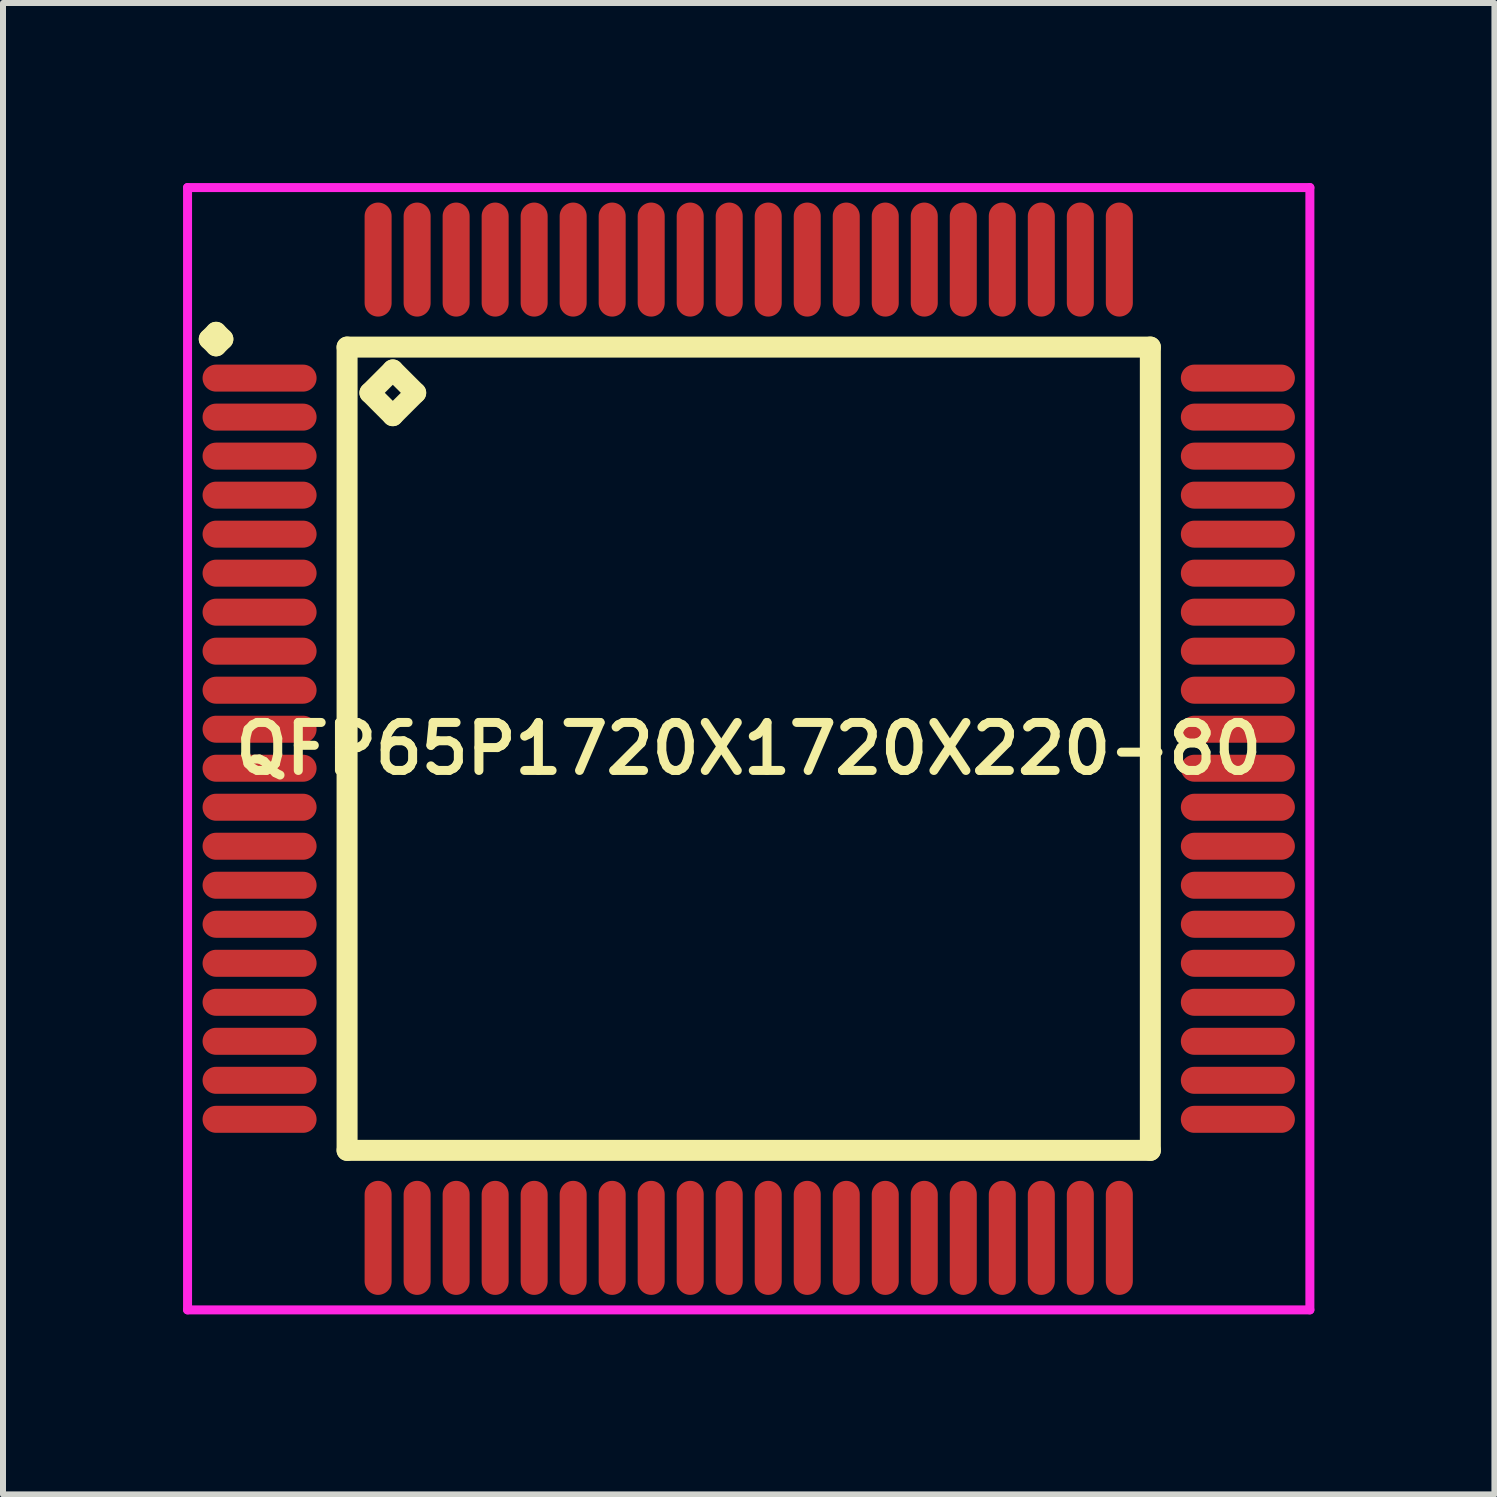
<source format=kicad_pcb>
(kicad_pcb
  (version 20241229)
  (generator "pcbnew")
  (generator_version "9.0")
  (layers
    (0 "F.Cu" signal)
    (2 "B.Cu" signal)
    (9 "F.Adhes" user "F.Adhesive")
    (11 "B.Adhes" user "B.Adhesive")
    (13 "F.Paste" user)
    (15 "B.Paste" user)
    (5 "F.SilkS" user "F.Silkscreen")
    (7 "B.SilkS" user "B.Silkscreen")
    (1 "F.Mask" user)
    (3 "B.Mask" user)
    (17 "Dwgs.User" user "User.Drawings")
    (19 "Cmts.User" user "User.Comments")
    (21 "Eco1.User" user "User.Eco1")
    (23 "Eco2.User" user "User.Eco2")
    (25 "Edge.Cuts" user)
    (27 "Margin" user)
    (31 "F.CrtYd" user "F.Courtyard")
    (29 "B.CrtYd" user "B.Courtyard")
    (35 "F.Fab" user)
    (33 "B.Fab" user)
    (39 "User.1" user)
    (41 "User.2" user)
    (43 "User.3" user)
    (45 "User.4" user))
  (footprint "QFP65P1720X1720X220-80"
    (layer "F.Cu")
    (at 9.425 9.425)
    (property "Reference" "QFP65P1720X1720X220-80" (at 0 0 0) (layer "F.SilkS") (effects (font (size 0.8 0.8) (thickness 0.15))))
    (attr through_hole)
    (fp_line (start -8.988 -6.825) (end -8.875 -6.938) (stroke (width 0.35) (type solid)) (layer "F.SilkS"))
    (fp_line (start -8.875 -6.938) (end -8.762 -6.825) (stroke (width 0.35) (type solid)) (layer "F.SilkS"))
    (fp_line (start -8.875 -6.713) (end -8.988 -6.825) (stroke (width 0.35) (type solid)) (layer "F.SilkS"))
    (fp_line (start -8.762 -6.825) (end -8.875 -6.713) (stroke (width 0.35) (type solid)) (layer "F.SilkS"))
    (fp_line (start -6.692 -6.692) (end -6.692 6.692) (stroke (width 0.35) (type solid)) (layer "F.SilkS"))
    (fp_line (start -6.692 6.692) (end 6.692 6.692) (stroke (width 0.35) (type solid)) (layer "F.SilkS"))
    (fp_line (start -6.311 -5.93) (end -5.93 -6.311) (stroke (width 0.35) (type solid)) (layer "F.SilkS"))
    (fp_line (start -5.93 -6.311) (end -5.549 -5.93) (stroke (width 0.35) (type solid)) (layer "F.SilkS"))
    (fp_line (start -5.93 -5.549) (end -6.311 -5.93) (stroke (width 0.35) (type solid)) (layer "F.SilkS"))
    (fp_line (start -5.549 -5.93) (end -5.93 -5.549) (stroke (width 0.35) (type solid)) (layer "F.SilkS"))
    (fp_line (start 6.692 -6.692) (end -6.692 -6.692) (stroke (width 0.35) (type solid)) (layer "F.SilkS"))
    (fp_line (start 6.692 6.692) (end 6.692 -6.692) (stroke (width 0.35) (type solid)) (layer "F.SilkS"))
    (fp_line (start -9.35 -9.35) (end 9.35 -9.35) (stroke (width 0.15) (type solid)) (layer "F.CrtYd"))
    (fp_line (start -9.35 9.35) (end -9.35 -9.35) (stroke (width 0.15) (type solid)) (layer "F.CrtYd"))
    (fp_line (start 9.35 -9.35) (end 9.35 9.35) (stroke (width 0.15) (type solid)) (layer "F.CrtYd"))
    (fp_line (start 9.35 9.35) (end -9.35 9.35) (stroke (width 0.15) (type solid)) (layer "F.CrtYd"))
    (pad "1" smd oval (at -8.15 -6.175) (size 1.9 0.45) (layers "F.Cu" "F.Mask" "F.Paste"))
    (pad "2" smd oval (at -8.15 -5.525) (size 1.9 0.45) (layers "F.Cu" "F.Mask" "F.Paste"))
    (pad "3" smd oval (at -8.15 -4.875) (size 1.9 0.45) (layers "F.Cu" "F.Mask" "F.Paste"))
    (pad "4" smd oval (at -8.15 -4.225) (size 1.9 0.45) (layers "F.Cu" "F.Mask" "F.Paste"))
    (pad "5" smd oval (at -8.15 -3.575) (size 1.9 0.45) (layers "F.Cu" "F.Mask" "F.Paste"))
    (pad "6" smd oval (at -8.15 -2.925) (size 1.9 0.45) (layers "F.Cu" "F.Mask" "F.Paste"))
    (pad "7" smd oval (at -8.15 -2.275) (size 1.9 0.45) (layers "F.Cu" "F.Mask" "F.Paste"))
    (pad "8" smd oval (at -8.15 -1.625) (size 1.9 0.45) (layers "F.Cu" "F.Mask" "F.Paste"))
    (pad "9" smd oval (at -8.15 -0.975) (size 1.9 0.45) (layers "F.Cu" "F.Mask" "F.Paste"))
    (pad "10" smd oval (at -8.15 -0.325) (size 1.9 0.45) (layers "F.Cu" "F.Mask" "F.Paste"))
    (pad "11" smd oval (at -8.15 0.325) (size 1.9 0.45) (layers "F.Cu" "F.Mask" "F.Paste"))
    (pad "12" smd oval (at -8.15 0.975) (size 1.9 0.45) (layers "F.Cu" "F.Mask" "F.Paste"))
    (pad "13" smd oval (at -8.15 1.625) (size 1.9 0.45) (layers "F.Cu" "F.Mask" "F.Paste"))
    (pad "14" smd oval (at -8.15 2.275) (size 1.9 0.45) (layers "F.Cu" "F.Mask" "F.Paste"))
    (pad "15" smd oval (at -8.15 2.925) (size 1.9 0.45) (layers "F.Cu" "F.Mask" "F.Paste"))
    (pad "16" smd oval (at -8.15 3.575) (size 1.9 0.45) (layers "F.Cu" "F.Mask" "F.Paste"))
    (pad "17" smd oval (at -8.15 4.225) (size 1.9 0.45) (layers "F.Cu" "F.Mask" "F.Paste"))
    (pad "18" smd oval (at -8.15 4.875) (size 1.9 0.45) (layers "F.Cu" "F.Mask" "F.Paste"))
    (pad "19" smd oval (at -8.15 5.525) (size 1.9 0.45) (layers "F.Cu" "F.Mask" "F.Paste"))
    (pad "20" smd oval (at -8.15 6.175) (size 1.9 0.45) (layers "F.Cu" "F.Mask" "F.Paste"))
    (pad "21" smd oval (at -6.175 8.15) (size 0.45 1.9) (layers "F.Cu" "F.Mask" "F.Paste"))
    (pad "22" smd oval (at -5.525 8.15) (size 0.45 1.9) (layers "F.Cu" "F.Mask" "F.Paste"))
    (pad "23" smd oval (at -4.875 8.15) (size 0.45 1.9) (layers "F.Cu" "F.Mask" "F.Paste"))
    (pad "24" smd oval (at -4.225 8.15) (size 0.45 1.9) (layers "F.Cu" "F.Mask" "F.Paste"))
    (pad "25" smd oval (at -3.575 8.15) (size 0.45 1.9) (layers "F.Cu" "F.Mask" "F.Paste"))
    (pad "26" smd oval (at -2.925 8.15) (size 0.45 1.9) (layers "F.Cu" "F.Mask" "F.Paste"))
    (pad "27" smd oval (at -2.275 8.15) (size 0.45 1.9) (layers "F.Cu" "F.Mask" "F.Paste"))
    (pad "28" smd oval (at -1.625 8.15) (size 0.45 1.9) (layers "F.Cu" "F.Mask" "F.Paste"))
    (pad "29" smd oval (at -0.975 8.15) (size 0.45 1.9) (layers "F.Cu" "F.Mask" "F.Paste"))
    (pad "30" smd oval (at -0.325 8.15) (size 0.45 1.9) (layers "F.Cu" "F.Mask" "F.Paste"))
    (pad "31" smd oval (at 0.325 8.15) (size 0.45 1.9) (layers "F.Cu" "F.Mask" "F.Paste"))
    (pad "32" smd oval (at 0.975 8.15) (size 0.45 1.9) (layers "F.Cu" "F.Mask" "F.Paste"))
    (pad "33" smd oval (at 1.625 8.15) (size 0.45 1.9) (layers "F.Cu" "F.Mask" "F.Paste"))
    (pad "34" smd oval (at 2.275 8.15) (size 0.45 1.9) (layers "F.Cu" "F.Mask" "F.Paste"))
    (pad "35" smd oval (at 2.925 8.15) (size 0.45 1.9) (layers "F.Cu" "F.Mask" "F.Paste"))
    (pad "36" smd oval (at 3.575 8.15) (size 0.45 1.9) (layers "F.Cu" "F.Mask" "F.Paste"))
    (pad "37" smd oval (at 4.225 8.15) (size 0.45 1.9) (layers "F.Cu" "F.Mask" "F.Paste"))
    (pad "38" smd oval (at 4.875 8.15) (size 0.45 1.9) (layers "F.Cu" "F.Mask" "F.Paste"))
    (pad "39" smd oval (at 5.525 8.15) (size 0.45 1.9) (layers "F.Cu" "F.Mask" "F.Paste"))
    (pad "40" smd oval (at 6.175 8.15) (size 0.45 1.9) (layers "F.Cu" "F.Mask" "F.Paste"))
    (pad "41" smd oval (at 8.15 6.175) (size 1.9 0.45) (layers "F.Cu" "F.Mask" "F.Paste"))
    (pad "42" smd oval (at 8.15 5.525) (size 1.9 0.45) (layers "F.Cu" "F.Mask" "F.Paste"))
    (pad "43" smd oval (at 8.15 4.875) (size 1.9 0.45) (layers "F.Cu" "F.Mask" "F.Paste"))
    (pad "44" smd oval (at 8.15 4.225) (size 1.9 0.45) (layers "F.Cu" "F.Mask" "F.Paste"))
    (pad "45" smd oval (at 8.15 3.575) (size 1.9 0.45) (layers "F.Cu" "F.Mask" "F.Paste"))
    (pad "46" smd oval (at 8.15 2.925) (size 1.9 0.45) (layers "F.Cu" "F.Mask" "F.Paste"))
    (pad "47" smd oval (at 8.15 2.275) (size 1.9 0.45) (layers "F.Cu" "F.Mask" "F.Paste"))
    (pad "48" smd oval (at 8.15 1.625) (size 1.9 0.45) (layers "F.Cu" "F.Mask" "F.Paste"))
    (pad "49" smd oval (at 8.15 0.975) (size 1.9 0.45) (layers "F.Cu" "F.Mask" "F.Paste"))
    (pad "50" smd oval (at 8.15 0.325) (size 1.9 0.45) (layers "F.Cu" "F.Mask" "F.Paste"))
    (pad "51" smd oval (at 8.15 -0.325) (size 1.9 0.45) (layers "F.Cu" "F.Mask" "F.Paste"))
    (pad "52" smd oval (at 8.15 -0.975) (size 1.9 0.45) (layers "F.Cu" "F.Mask" "F.Paste"))
    (pad "53" smd oval (at 8.15 -1.625) (size 1.9 0.45) (layers "F.Cu" "F.Mask" "F.Paste"))
    (pad "54" smd oval (at 8.15 -2.275) (size 1.9 0.45) (layers "F.Cu" "F.Mask" "F.Paste"))
    (pad "55" smd oval (at 8.15 -2.925) (size 1.9 0.45) (layers "F.Cu" "F.Mask" "F.Paste"))
    (pad "56" smd oval (at 8.15 -3.575) (size 1.9 0.45) (layers "F.Cu" "F.Mask" "F.Paste"))
    (pad "57" smd oval (at 8.15 -4.225) (size 1.9 0.45) (layers "F.Cu" "F.Mask" "F.Paste"))
    (pad "58" smd oval (at 8.15 -4.875) (size 1.9 0.45) (layers "F.Cu" "F.Mask" "F.Paste"))
    (pad "59" smd oval (at 8.15 -5.525) (size 1.9 0.45) (layers "F.Cu" "F.Mask" "F.Paste"))
    (pad "60" smd oval (at 8.15 -6.175) (size 1.9 0.45) (layers "F.Cu" "F.Mask" "F.Paste"))
    (pad "61" smd oval (at 6.175 -8.15) (size 0.45 1.9) (layers "F.Cu" "F.Mask" "F.Paste"))
    (pad "62" smd oval (at 5.525 -8.15) (size 0.45 1.9) (layers "F.Cu" "F.Mask" "F.Paste"))
    (pad "63" smd oval (at 4.875 -8.15) (size 0.45 1.9) (layers "F.Cu" "F.Mask" "F.Paste"))
    (pad "64" smd oval (at 4.225 -8.15) (size 0.45 1.9) (layers "F.Cu" "F.Mask" "F.Paste"))
    (pad "65" smd oval (at 3.575 -8.15) (size 0.45 1.9) (layers "F.Cu" "F.Mask" "F.Paste"))
    (pad "66" smd oval (at 2.925 -8.15) (size 0.45 1.9) (layers "F.Cu" "F.Mask" "F.Paste"))
    (pad "67" smd oval (at 2.275 -8.15) (size 0.45 1.9) (layers "F.Cu" "F.Mask" "F.Paste"))
    (pad "68" smd oval (at 1.625 -8.15) (size 0.45 1.9) (layers "F.Cu" "F.Mask" "F.Paste"))
    (pad "69" smd oval (at 0.975 -8.15) (size 0.45 1.9) (layers "F.Cu" "F.Mask" "F.Paste"))
    (pad "70" smd oval (at 0.325 -8.15) (size 0.45 1.9) (layers "F.Cu" "F.Mask" "F.Paste"))
    (pad "71" smd oval (at -0.325 -8.15) (size 0.45 1.9) (layers "F.Cu" "F.Mask" "F.Paste"))
    (pad "72" smd oval (at -0.975 -8.15) (size 0.45 1.9) (layers "F.Cu" "F.Mask" "F.Paste"))
    (pad "73" smd oval (at -1.625 -8.15) (size 0.45 1.9) (layers "F.Cu" "F.Mask" "F.Paste"))
    (pad "74" smd oval (at -2.275 -8.15) (size 0.45 1.9) (layers "F.Cu" "F.Mask" "F.Paste"))
    (pad "75" smd oval (at -2.925 -8.15) (size 0.45 1.9) (layers "F.Cu" "F.Mask" "F.Paste"))
    (pad "76" smd oval (at -3.575 -8.15) (size 0.45 1.9) (layers "F.Cu" "F.Mask" "F.Paste"))
    (pad "77" smd oval (at -4.225 -8.15) (size 0.45 1.9) (layers "F.Cu" "F.Mask" "F.Paste"))
    (pad "78" smd oval (at -4.875 -8.15) (size 0.45 1.9) (layers "F.Cu" "F.Mask" "F.Paste"))
    (pad "79" smd oval (at -5.525 -8.15) (size 0.45 1.9) (layers "F.Cu" "F.Mask" "F.Paste"))
    (pad "80" smd oval (at -6.175 -8.15) (size 0.45 1.9) (layers "F.Cu" "F.Mask" "F.Paste")))
  (gr_rect
    (start -3 -3)
    (end 21.85 21.85)
    (stroke (width 0.1) (type default))
    (fill no)
    (layer "Edge.Cuts")))
</source>
